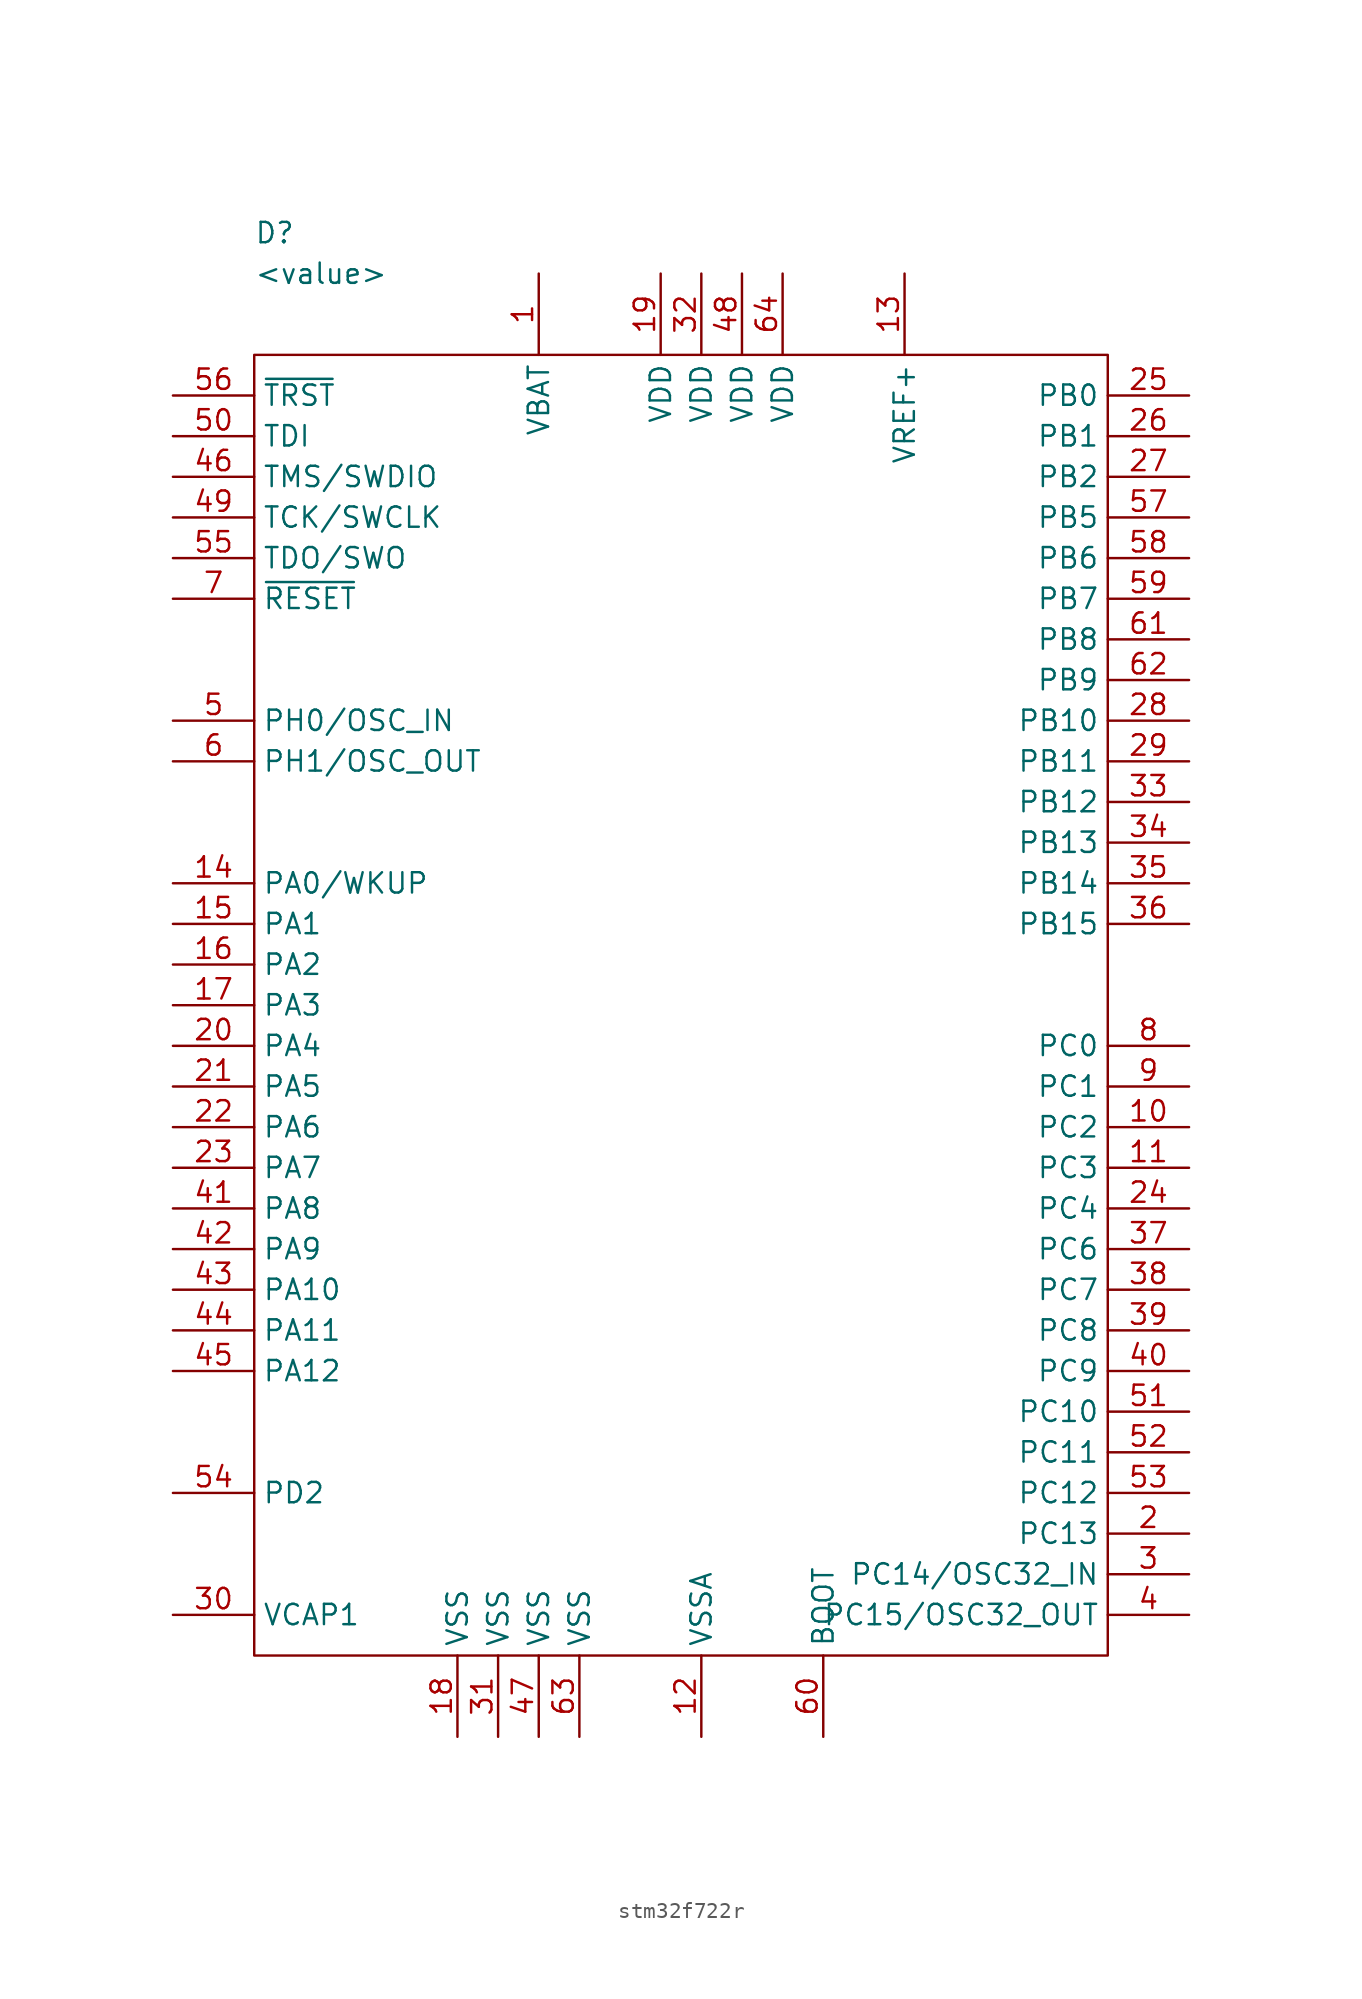
<source format=kicad_sym>
(kicad_symbol_lib
  (version 20231120)
  (generator "kicad_symbol_editor")
  (generator_version "8.0")
  (symbol "stm32f722r"
    (property "Reference" "D"
      (at 5.08 7.62 0)
      (effects (font (size 1.27 1.27)) (justify left)))
    (property "Value" "<value>"
      (at 5.08 5.08 0)
      (effects (font (size 1.27 1.27)) (justify left)))
    (symbol "stm32f722r_0_1"
      (rectangle (start 5.08 0) (end 58.42 -81.28) (stroke (width 0) (type default)) (fill (type none))))
    (symbol "stm32f722r_1_1"
      (pin power_in line (at 22.86 5.08 270) (length 5.08) (name "VBAT" (effects (font (size 1.27 1.27)))) (number "1" (effects (font (size 1.27 1.27)))))
      (pin bidirectional line (at 63.5 -48.26 180) (length 5.08) (name "PC2" (effects (font (size 1.27 1.27)))) (number "10" (effects (font (size 1.27 1.27)))))
      (pin bidirectional line (at 63.5 -50.8 180) (length 5.08) (name "PC3" (effects (font (size 1.27 1.27)))) (number "11" (effects (font (size 1.27 1.27)))))
      (pin power_in line (at 33.02 -86.36 90) (length 5.08) (name "VSSA" (effects (font (size 1.27 1.27)))) (number "12" (effects (font (size 1.27 1.27)))))
      (pin input line (at 45.72 5.08 270) (length 5.08) (name "VREF+" (effects (font (size 1.27 1.27)))) (number "13" (effects (font (size 1.27 1.27)))))
      (pin bidirectional line (at 0 -33.02 0) (length 5.08) (name "PA0/WKUP" (effects (font (size 1.27 1.27)))) (number "14" (effects (font (size 1.27 1.27)))))
      (pin bidirectional line (at 0 -35.56 0) (length 5.08) (name "PA1" (effects (font (size 1.27 1.27)))) (number "15" (effects (font (size 1.27 1.27)))))
      (pin bidirectional line (at 0 -38.1 0) (length 5.08) (name "PA2" (effects (font (size 1.27 1.27)))) (number "16" (effects (font (size 1.27 1.27)))))
      (pin bidirectional line (at 0 -40.64 0) (length 5.08) (name "PA3" (effects (font (size 1.27 1.27)))) (number "17" (effects (font (size 1.27 1.27)))))
      (pin power_in line (at 17.78 -86.36 90) (length 5.08) (name "VSS" (effects (font (size 1.27 1.27)))) (number "18" (effects (font (size 1.27 1.27)))))
      (pin power_in line (at 30.48 5.08 270) (length 5.08) (name "VDD" (effects (font (size 1.27 1.27)))) (number "19" (effects (font (size 1.27 1.27)))))
      (pin bidirectional line (at 63.5 -73.66 180) (length 5.08) (name "PC13" (effects (font (size 1.27 1.27)))) (number "2" (effects (font (size 1.27 1.27)))))
      (pin bidirectional line (at 0 -43.18 0) (length 5.08) (name "PA4" (effects (font (size 1.27 1.27)))) (number "20" (effects (font (size 1.27 1.27)))))
      (pin bidirectional line (at 0 -45.72 0) (length 5.08) (name "PA5" (effects (font (size 1.27 1.27)))) (number "21" (effects (font (size 1.27 1.27)))))
      (pin bidirectional line (at 0 -48.26 0) (length 5.08) (name "PA6" (effects (font (size 1.27 1.27)))) (number "22" (effects (font (size 1.27 1.27)))))
      (pin bidirectional line (at 0 -50.8 0) (length 5.08) (name "PA7" (effects (font (size 1.27 1.27)))) (number "23" (effects (font (size 1.27 1.27)))))
      (pin bidirectional line (at 63.5 -53.34 180) (length 5.08) (name "PC4" (effects (font (size 1.27 1.27)))) (number "24" (effects (font (size 1.27 1.27)))))
      (pin bidirectional line (at 63.5 -2.54 180) (length 5.08) (name "PB0" (effects (font (size 1.27 1.27)))) (number "25" (effects (font (size 1.27 1.27)))))
      (pin bidirectional line (at 63.5 -5.08 180) (length 5.08) (name "PB1" (effects (font (size 1.27 1.27)))) (number "26" (effects (font (size 1.27 1.27)))))
      (pin bidirectional line (at 63.5 -7.62 180) (length 5.08) (name "PB2" (effects (font (size 1.27 1.27)))) (number "27" (effects (font (size 1.27 1.27)))))
      (pin bidirectional line (at 63.5 -22.86 180) (length 5.08) (name "PB10" (effects (font (size 1.27 1.27)))) (number "28" (effects (font (size 1.27 1.27)))))
      (pin bidirectional line (at 63.5 -25.4 180) (length 5.08) (name "PB11" (effects (font (size 1.27 1.27)))) (number "29" (effects (font (size 1.27 1.27)))))
      (pin bidirectional line (at 63.5 -76.2 180) (length 5.08) (name "PC14/OSC32_IN" (effects (font (size 1.27 1.27)))) (number "3" (effects (font (size 1.27 1.27)))))
      (pin passive line (at 0 -78.74 0) (length 5.08) (name "VCAP1" (effects (font (size 1.27 1.27)))) (number "30" (effects (font (size 1.27 1.27)))))
      (pin power_in line (at 20.32 -86.36 90) (length 5.08) (name "VSS" (effects (font (size 1.27 1.27)))) (number "31" (effects (font (size 1.27 1.27)))))
      (pin power_in line (at 33.02 5.08 270) (length 5.08) (name "VDD" (effects (font (size 1.27 1.27)))) (number "32" (effects (font (size 1.27 1.27)))))
      (pin bidirectional line (at 63.5 -27.94 180) (length 5.08) (name "PB12" (effects (font (size 1.27 1.27)))) (number "33" (effects (font (size 1.27 1.27)))))
      (pin bidirectional line (at 63.5 -30.48 180) (length 5.08) (name "PB13" (effects (font (size 1.27 1.27)))) (number "34" (effects (font (size 1.27 1.27)))))
      (pin bidirectional line (at 63.5 -33.02 180) (length 5.08) (name "PB14" (effects (font (size 1.27 1.27)))) (number "35" (effects (font (size 1.27 1.27)))))
      (pin bidirectional line (at 63.5 -35.56 180) (length 5.08) (name "PB15" (effects (font (size 1.27 1.27)))) (number "36" (effects (font (size 1.27 1.27)))))
      (pin bidirectional line (at 63.5 -55.88 180) (length 5.08) (name "PC6" (effects (font (size 1.27 1.27)))) (number "37" (effects (font (size 1.27 1.27)))))
      (pin bidirectional line (at 63.5 -58.42 180) (length 5.08) (name "PC7" (effects (font (size 1.27 1.27)))) (number "38" (effects (font (size 1.27 1.27)))))
      (pin bidirectional line (at 63.5 -60.96 180) (length 5.08) (name "PC8" (effects (font (size 1.27 1.27)))) (number "39" (effects (font (size 1.27 1.27)))))
      (pin bidirectional line (at 63.5 -78.74 180) (length 5.08) (name "PC15/OSC32_OUT" (effects (font (size 1.27 1.27)))) (number "4" (effects (font (size 1.27 1.27)))))
      (pin bidirectional line (at 63.5 -63.5 180) (length 5.08) (name "PC9" (effects (font (size 1.27 1.27)))) (number "40" (effects (font (size 1.27 1.27)))))
      (pin bidirectional line (at 0 -53.34 0) (length 5.08) (name "PA8" (effects (font (size 1.27 1.27)))) (number "41" (effects (font (size 1.27 1.27)))))
      (pin bidirectional line (at 0 -55.88 0) (length 5.08) (name "PA9" (effects (font (size 1.27 1.27)))) (number "42" (effects (font (size 1.27 1.27)))))
      (pin bidirectional line (at 0 -58.42 0) (length 5.08) (name "PA10" (effects (font (size 1.27 1.27)))) (number "43" (effects (font (size 1.27 1.27)))))
      (pin bidirectional line (at 0 -60.96 0) (length 5.08) (name "PA11" (effects (font (size 1.27 1.27)))) (number "44" (effects (font (size 1.27 1.27)))))
      (pin bidirectional line (at 0 -63.5 0) (length 5.08) (name "PA12" (effects (font (size 1.27 1.27)))) (number "45" (effects (font (size 1.27 1.27)))))
      (pin bidirectional line (at 0 -7.62 0) (length 5.08) (name "TMS/SWDIO" (effects (font (size 1.27 1.27)))) (number "46" (effects (font (size 1.27 1.27)))))
      (pin power_in line (at 22.86 -86.36 90) (length 5.08) (name "VSS" (effects (font (size 1.27 1.27)))) (number "47" (effects (font (size 1.27 1.27)))))
      (pin power_in line (at 35.56 5.08 270) (length 5.08) (name "VDD" (effects (font (size 1.27 1.27)))) (number "48" (effects (font (size 1.27 1.27)))))
      (pin input line (at 0 -10.16 0) (length 5.08) (name "TCK/SWCLK" (effects (font (size 1.27 1.27)))) (number "49" (effects (font (size 1.27 1.27)))))
      (pin bidirectional line (at 0 -22.86 0) (length 5.08) (name "PH0/OSC_IN" (effects (font (size 1.27 1.27)))) (number "5" (effects (font (size 1.27 1.27)))))
      (pin input line (at 0 -5.08 0) (length 5.08) (name "TDI" (effects (font (size 1.27 1.27)))) (number "50" (effects (font (size 1.27 1.27)))))
      (pin bidirectional line (at 63.5 -66.04 180) (length 5.08) (name "PC10" (effects (font (size 1.27 1.27)))) (number "51" (effects (font (size 1.27 1.27)))))
      (pin bidirectional line (at 63.5 -68.58 180) (length 5.08) (name "PC11" (effects (font (size 1.27 1.27)))) (number "52" (effects (font (size 1.27 1.27)))))
      (pin bidirectional line (at 63.5 -71.12 180) (length 5.08) (name "PC12" (effects (font (size 1.27 1.27)))) (number "53" (effects (font (size 1.27 1.27)))))
      (pin bidirectional line (at 0 -71.12 0) (length 5.08) (name "PD2" (effects (font (size 1.27 1.27)))) (number "54" (effects (font (size 1.27 1.27)))))
      (pin output line (at 0 -12.7 0) (length 5.08) (name "TDO/SWO" (effects (font (size 1.27 1.27)))) (number "55" (effects (font (size 1.27 1.27)))))
      (pin input line (at 0 -2.54 0) (length 5.08) (name "~{TRST}" (effects (font (size 1.27 1.27)))) (number "56" (effects (font (size 1.27 1.27)))))
      (pin bidirectional line (at 63.5 -10.16 180) (length 5.08) (name "PB5" (effects (font (size 1.27 1.27)))) (number "57" (effects (font (size 1.27 1.27)))))
      (pin bidirectional line (at 63.5 -12.7 180) (length 5.08) (name "PB6" (effects (font (size 1.27 1.27)))) (number "58" (effects (font (size 1.27 1.27)))))
      (pin bidirectional line (at 63.5 -15.24 180) (length 5.08) (name "PB7" (effects (font (size 1.27 1.27)))) (number "59" (effects (font (size 1.27 1.27)))))
      (pin bidirectional line (at 0 -25.4 0) (length 5.08) (name "PH1/OSC_OUT" (effects (font (size 1.27 1.27)))) (number "6" (effects (font (size 1.27 1.27)))))
      (pin input line (at 40.64 -86.36 90) (length 5.08) (name "BOOT" (effects (font (size 1.27 1.27)))) (number "60" (effects (font (size 1.27 1.27)))))
      (pin bidirectional line (at 63.5 -17.78 180) (length 5.08) (name "PB8" (effects (font (size 1.27 1.27)))) (number "61" (effects (font (size 1.27 1.27)))))
      (pin bidirectional line (at 63.5 -20.32 180) (length 5.08) (name "PB9" (effects (font (size 1.27 1.27)))) (number "62" (effects (font (size 1.27 1.27)))))
      (pin power_in line (at 25.4 -86.36 90) (length 5.08) (name "VSS" (effects (font (size 1.27 1.27)))) (number "63" (effects (font (size 1.27 1.27)))))
      (pin power_in line (at 38.1 5.08 270) (length 5.08) (name "VDD" (effects (font (size 1.27 1.27)))) (number "64" (effects (font (size 1.27 1.27)))))
      (pin bidirectional line (at 0 -15.24 0) (length 5.08) (name "~{RESET}" (effects (font (size 1.27 1.27)))) (number "7" (effects (font (size 1.27 1.27)))))
      (pin bidirectional line (at 63.5 -43.18 180) (length 5.08) (name "PC0" (effects (font (size 1.27 1.27)))) (number "8" (effects (font (size 1.27 1.27)))))
      (pin bidirectional line (at 63.5 -45.72 180) (length 5.08) (name "PC1" (effects (font (size 1.27 1.27)))) (number "9" (effects (font (size 1.27 1.27))))))))
</source>
